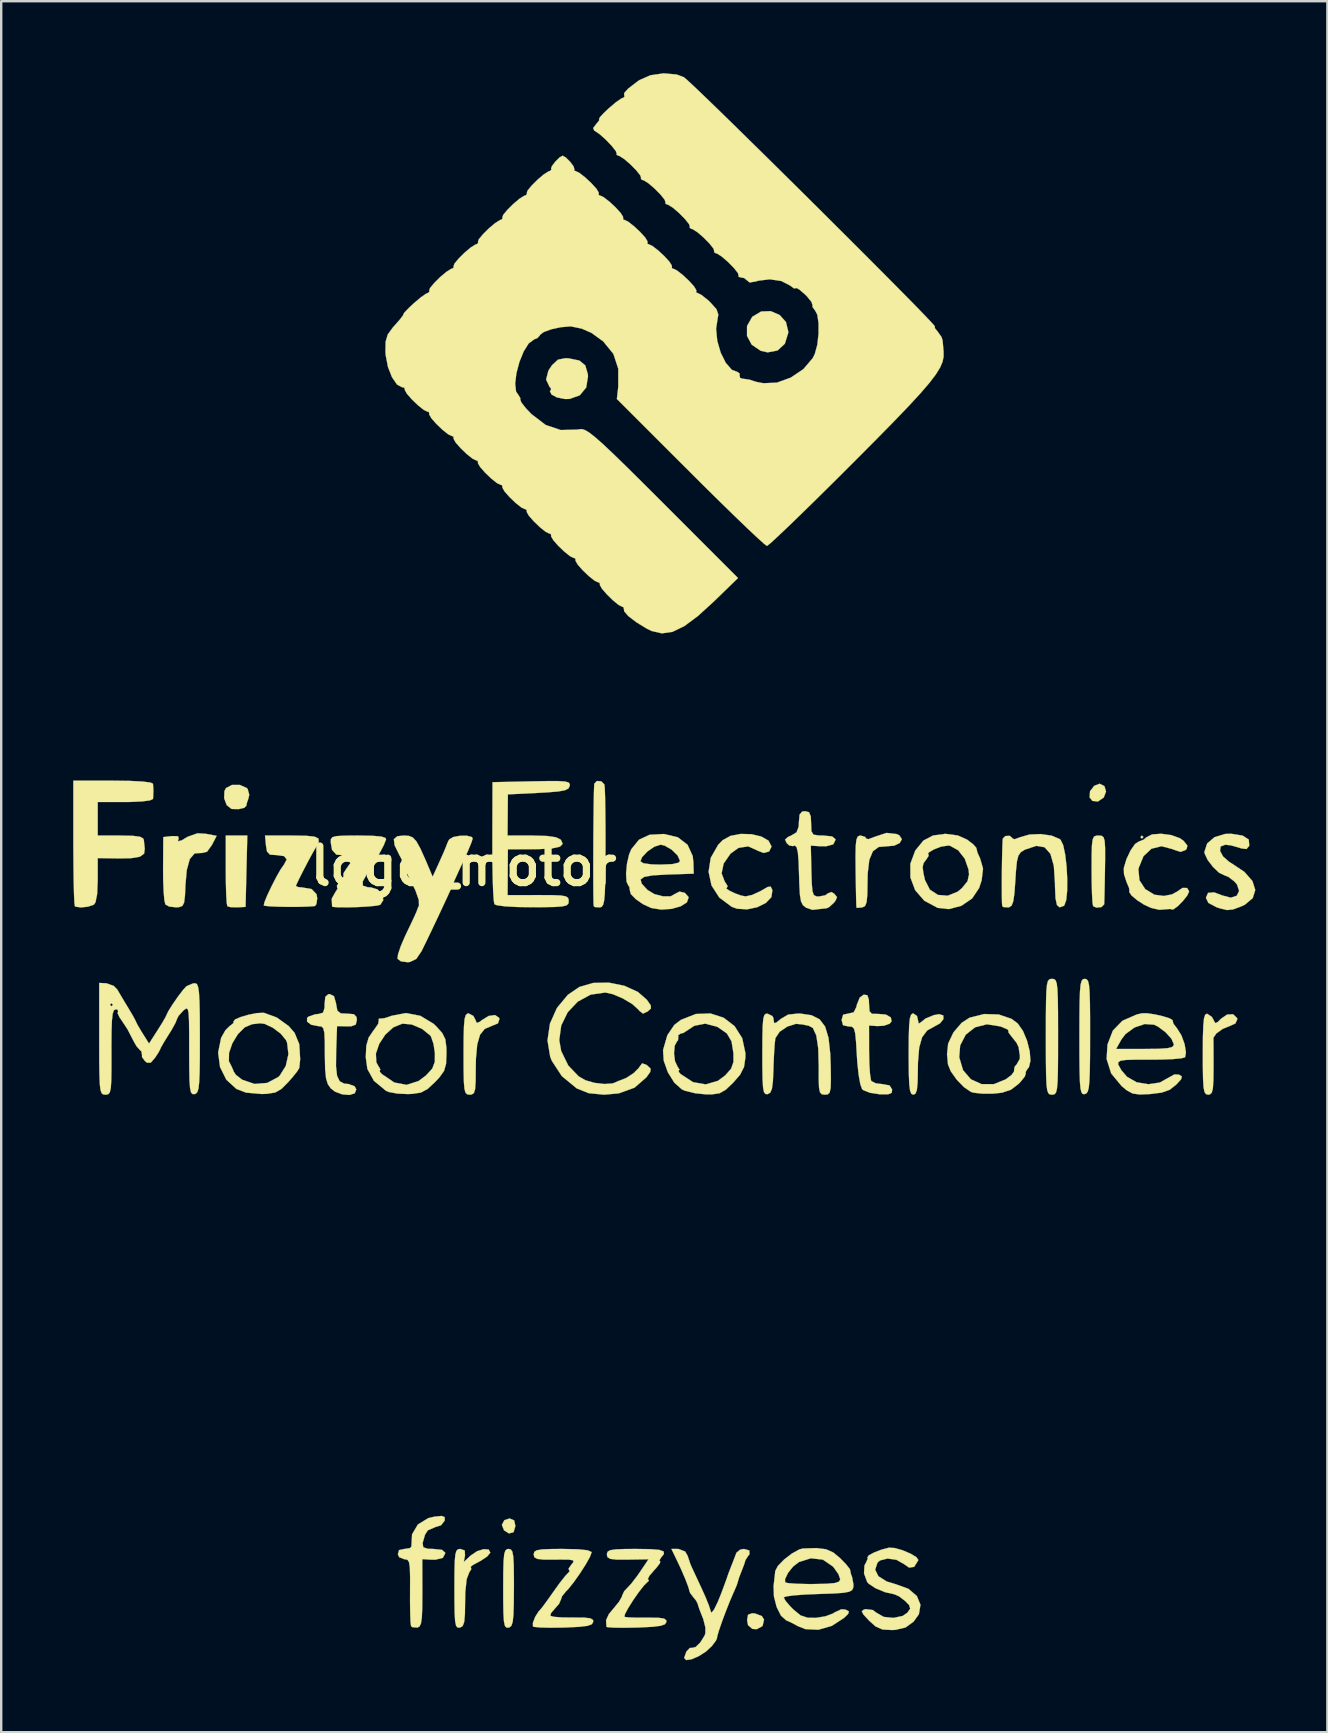
<source format=kicad_pcb>
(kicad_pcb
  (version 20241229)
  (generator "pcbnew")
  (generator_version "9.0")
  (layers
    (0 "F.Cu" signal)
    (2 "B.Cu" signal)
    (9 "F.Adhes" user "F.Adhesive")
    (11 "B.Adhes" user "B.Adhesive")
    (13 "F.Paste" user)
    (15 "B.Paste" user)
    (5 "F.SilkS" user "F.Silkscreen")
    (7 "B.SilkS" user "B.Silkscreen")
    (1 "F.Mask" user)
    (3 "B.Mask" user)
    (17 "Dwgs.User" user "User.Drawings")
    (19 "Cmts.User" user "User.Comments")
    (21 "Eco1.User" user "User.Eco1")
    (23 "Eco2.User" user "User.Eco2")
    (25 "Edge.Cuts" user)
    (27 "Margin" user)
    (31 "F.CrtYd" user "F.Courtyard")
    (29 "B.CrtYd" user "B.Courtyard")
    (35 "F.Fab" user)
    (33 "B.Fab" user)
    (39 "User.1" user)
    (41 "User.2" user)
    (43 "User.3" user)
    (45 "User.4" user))
  (footprint "logo_motor"
    (layer "F.Cu")
    (at 16.261 33.027)
    (property "Reference" "logo_motor" (at 0 0 0) (layer "F.SilkS") (effects (font (size 1.524 1.524) (thickness 0.3))))
    (attr through_hole)
    (fp_poly (pts (xy 28.321 -1.206) (xy 28.258 -1.143) (xy 28.194 -1.206) (xy 28.258 -1.27) (xy 28.321 -1.206)) (stroke (width 0.01) (type solid)) (fill yes) (layer "F.SilkS"))
    (fp_poly (pts (xy 2.109 27.26) (xy 2.159 27.495) (xy 2.082 27.752) (xy 1.89 27.801) (xy 1.686 27.671) (xy 1.595 27.446) (xy 1.7 27.249) (xy 1.919 27.178) (xy 2.109 27.26)) (stroke (width 0.01) (type solid)) (fill yes) (layer "F.SilkS"))
    (fp_poly (pts (xy 26.697 -3.33) (xy 26.764 -3.103) (xy 26.669 -2.856) (xy 26.424 -2.687) (xy 26.192 -2.715) (xy 26.08 -2.859) (xy 26.097 -3.116) (xy 26.272 -3.343) (xy 26.499 -3.429) (xy 26.697 -3.33)) (stroke (width 0.01) (type solid)) (fill yes) (layer "F.SilkS"))
    (fp_poly (pts (xy 12.149 31.138) (xy 12.426 31.245) (xy 12.518 31.395) (xy 12.454 31.66) (xy 12.219 31.79) (xy 12.033 31.781) (xy 11.85 31.623) (xy 11.811 31.415) (xy 11.851 31.187) (xy 12.021 31.128) (xy 12.149 31.138)) (stroke (width 0.01) (type solid)) (fill yes) (layer "F.SilkS"))
    (fp_poly (pts (xy -9.045 0.216) (xy -9.081 1.702) (xy -9.428 1.72) (xy -9.706 1.713) (xy -9.841 1.674) (xy -9.867 1.528) (xy -9.888 1.182) (xy -9.902 0.689) (xy -9.906 0.169) (xy -9.906 -1.27) (xy -9.009 -1.27) (xy -9.045 0.216)) (stroke (width 0.01) (type solid)) (fill yes) (layer "F.SilkS"))
    (fp_poly (pts (xy 13.164 -22.958) (xy 13.429 -22.664) (xy 13.527 -22.262) (xy 13.524 -22.205) (xy 13.383 -21.757) (xy 13.081 -21.477) (xy 12.668 -21.398) (xy 12.378 -21.464) (xy 12.003 -21.718) (xy 11.807 -22.085) (xy 11.808 -22.495) (xy 12.023 -22.875) (xy 12.037 -22.888) (xy 12.4 -23.102) (xy 12.798 -23.115) (xy 13.164 -22.958)) (stroke (width 0.01) (type solid)) (fill yes) (layer "F.SilkS"))
    (fp_poly (pts (xy -9.317 -3.378) (xy -9.035 -3.252) (xy -8.995 -3.212) (xy -8.928 -2.971) (xy -8.959 -2.827) (xy -9.035 -2.601) (xy -9.042 -2.522) (xy -9.131 -2.427) (xy -9.366 -2.371) (xy -9.642 -2.376) (xy -9.672 -2.382) (xy -9.865 -2.535) (xy -9.973 -2.82) (xy -9.963 -3.12) (xy -9.898 -3.248) (xy -9.649 -3.378) (xy -9.317 -3.378)) (stroke (width 0.01) (type solid)) (fill yes) (layer "F.SilkS"))
    (fp_poly (pts (xy 4.387 -21.148) (xy 4.827 -21.057) (xy 5.072 -20.854) (xy 5.176 -20.49) (xy 5.184 -20.398) (xy 5.109 -19.934) (xy 4.839 -19.608) (xy 4.415 -19.458) (xy 4.222 -19.455) (xy 3.889 -19.521) (xy 3.667 -19.642) (xy 3.661 -19.648) (xy 3.595 -19.786) (xy 3.629 -19.812) (xy 3.647 -19.882) (xy 3.581 -19.964) (xy 3.438 -20.266) (xy 3.535 -20.639) (xy 3.685 -20.865) (xy 3.933 -21.095) (xy 4.243 -21.156) (xy 4.387 -21.148)) (stroke (width 0.01) (type solid)) (fill yes) (layer "F.SilkS"))
    (fp_poly (pts (xy 26.578 -1.26) (xy 26.66 -1.201) (xy 26.706 -1.048) (xy 26.725 -0.756) (xy 26.725 -0.281) (xy 26.72 0.095) (xy 26.71 0.668) (xy 26.7 1.149) (xy 26.691 1.482) (xy 26.685 1.598) (xy 26.571 1.711) (xy 26.36 1.732) (xy 26.226 1.672) (xy 26.2 1.527) (xy 26.18 1.182) (xy 26.166 0.689) (xy 26.162 0.169) (xy 26.164 -0.452) (xy 26.176 -0.862) (xy 26.206 -1.106) (xy 26.263 -1.226) (xy 26.356 -1.266) (xy 26.451 -1.27) (xy 26.578 -1.26)) (stroke (width 0.01) (type solid)) (fill yes) (layer "F.SilkS"))
    (fp_poly (pts (xy 1.969 28.47) (xy 2.032 28.561) (xy 2.07 28.763) (xy 2.09 29.116) (xy 2.097 29.659) (xy 2.097 30.066) (xy 2.092 30.739) (xy 2.077 31.199) (xy 2.046 31.487) (xy 1.994 31.645) (xy 1.915 31.714) (xy 1.872 31.726) (xy 1.782 31.723) (xy 1.72 31.646) (xy 1.681 31.458) (xy 1.66 31.118) (xy 1.652 30.59) (xy 1.651 30.108) (xy 1.654 29.429) (xy 1.666 28.964) (xy 1.693 28.673) (xy 1.74 28.517) (xy 1.813 28.456) (xy 1.876 28.448) (xy 1.969 28.47)) (stroke (width 0.01) (type solid)) (fill yes) (layer "F.SilkS"))
    (fp_poly (pts (xy 25.956 4.717) (xy 26.014 4.792) (xy 26.054 4.958) (xy 26.079 5.249) (xy 26.093 5.698) (xy 26.099 6.338) (xy 26.099 7.079) (xy 26.097 7.915) (xy 26.088 8.532) (xy 26.071 8.963) (xy 26.043 9.241) (xy 25.999 9.402) (xy 25.937 9.478) (xy 25.875 9.501) (xy 25.798 9.499) (xy 25.742 9.436) (xy 25.702 9.281) (xy 25.676 9.001) (xy 25.662 8.563) (xy 25.655 7.934) (xy 25.654 7.121) (xy 25.656 6.279) (xy 25.663 5.657) (xy 25.678 5.222) (xy 25.704 4.943) (xy 25.746 4.784) (xy 25.804 4.714) (xy 25.878 4.699) (xy 25.956 4.717)) (stroke (width 0.01) (type solid)) (fill yes) (layer "F.SilkS"))
    (fp_poly (pts (xy -10.732 -1.342) (xy -10.286 -1.258) (xy -10.487 -0.871) (xy -10.687 -0.595) (xy -10.903 -0.541) (xy -10.924 -0.545) (xy -11.204 -0.526) (xy -11.404 -0.294) (xy -11.53 0.164) (xy -11.583 0.759) (xy -11.606 1.241) (xy -11.642 1.523) (xy -11.714 1.662) (xy -11.844 1.711) (xy -11.97 1.721) (xy -12.264 1.688) (xy -12.423 1.6) (xy -12.464 1.421) (xy -12.496 1.048) (xy -12.515 0.542) (xy -12.517 0.127) (xy -12.509 -1.206) (xy -12.147 -1.248) (xy -11.896 -1.243) (xy -11.868 -1.153) (xy -11.901 -1.029) (xy -11.748 -1.068) (xy -11.49 -1.221) (xy -11.086 -1.364) (xy -10.732 -1.342)) (stroke (width 0.01) (type solid)) (fill yes) (layer "F.SilkS"))
    (fp_poly (pts (xy 5.737 -3.529) (xy 5.867 -3.397) (xy 5.883 -3.226) (xy 5.897 -2.842) (xy 5.906 -2.289) (xy 5.912 -1.607) (xy 5.913 -0.839) (xy 5.913 -0.774) (xy 5.909 0.079) (xy 5.899 0.711) (xy 5.883 1.156) (xy 5.855 1.446) (xy 5.813 1.615) (xy 5.755 1.697) (xy 5.684 1.723) (xy 5.475 1.71) (xy 5.422 1.671) (xy 5.413 1.531) (xy 5.407 1.183) (xy 5.404 0.676) (xy 5.403 0.057) (xy 5.405 -0.626) (xy 5.408 -1.327) (xy 5.414 -1.999) (xy 5.421 -2.593) (xy 5.43 -3.063) (xy 5.44 -3.361) (xy 5.445 -3.429) (xy 5.552 -3.544) (xy 5.737 -3.529)) (stroke (width 0.01) (type solid)) (fill yes) (layer "F.SilkS"))
    (fp_poly (pts (xy 18.888 6.245) (xy 18.925 6.403) (xy 18.96 6.561) (xy 19.02 6.531) (xy 19.246 6.352) (xy 19.587 6.211) (xy 19.812 6.17) (xy 19.986 6.225) (xy 19.99 6.375) (xy 19.849 6.552) (xy 19.624 6.678) (xy 19.312 6.85) (xy 19.103 7.129) (xy 18.981 7.557) (xy 18.929 8.175) (xy 18.925 8.477) (xy 18.915 9.008) (xy 18.884 9.33) (xy 18.822 9.487) (xy 18.733 9.525) (xy 18.654 9.489) (xy 18.6 9.355) (xy 18.566 9.086) (xy 18.548 8.646) (xy 18.542 7.996) (xy 18.542 7.832) (xy 18.546 7.134) (xy 18.561 6.653) (xy 18.591 6.352) (xy 18.641 6.193) (xy 18.714 6.14) (xy 18.733 6.138) (xy 18.888 6.245)) (stroke (width 0.01) (type solid)) (fill yes) (layer "F.SilkS"))
    (fp_poly (pts (xy 24.599 4.709) (xy 24.664 4.763) (xy 24.71 4.893) (xy 24.739 5.134) (xy 24.755 5.518) (xy 24.763 6.08) (xy 24.765 6.853) (xy 24.765 7.112) (xy 24.764 7.95) (xy 24.758 8.568) (xy 24.745 8.998) (xy 24.719 9.276) (xy 24.679 9.434) (xy 24.62 9.505) (xy 24.538 9.524) (xy 24.511 9.525) (xy 24.423 9.515) (xy 24.358 9.461) (xy 24.312 9.331) (xy 24.283 9.09) (xy 24.267 8.706) (xy 24.259 8.144) (xy 24.257 7.371) (xy 24.257 7.112) (xy 24.258 6.274) (xy 24.264 5.656) (xy 24.277 5.226) (xy 24.303 4.948) (xy 24.343 4.79) (xy 24.402 4.719) (xy 24.484 4.699) (xy 24.511 4.699) (xy 24.599 4.709)) (stroke (width 0.01) (type solid)) (fill yes) (layer "F.SilkS"))
    (fp_poly (pts (xy 0.409 6.244) (xy 0.478 6.376) (xy 0.55 6.537) (xy 0.681 6.486) (xy 0.746 6.43) (xy 1.045 6.245) (xy 1.314 6.208) (xy 1.48 6.324) (xy 1.495 6.37) (xy 1.433 6.554) (xy 1.168 6.662) (xy 0.882 6.784) (xy 0.686 7.028) (xy 0.569 7.429) (xy 0.515 8.023) (xy 0.508 8.451) (xy 0.503 8.975) (xy 0.481 9.294) (xy 0.43 9.458) (xy 0.337 9.518) (xy 0.254 9.525) (xy 0.151 9.511) (xy 0.081 9.443) (xy 0.037 9.282) (xy 0.012 8.986) (xy 0.002 8.516) (xy 0 7.832) (xy 0 7.832) (xy 0.003 7.141) (xy 0.017 6.665) (xy 0.044 6.367) (xy 0.092 6.206) (xy 0.163 6.144) (xy 0.208 6.138) (xy 0.409 6.244)) (stroke (width 0.01) (type solid)) (fill yes) (layer "F.SilkS"))
    (fp_poly (pts (xy 18.049 -1.331) (xy 18.153 -1.278) (xy 18.259 -1.12) (xy 18.17 -0.961) (xy 17.938 -0.848) (xy 17.656 -0.825) (xy 17.297 -0.795) (xy 17.051 -0.616) (xy 16.902 -0.258) (xy 16.835 0.305) (xy 16.828 0.668) (xy 16.82 1.184) (xy 16.791 1.498) (xy 16.729 1.659) (xy 16.624 1.72) (xy 16.605 1.723) (xy 16.409 1.741) (xy 16.368 1.735) (xy 16.36 1.608) (xy 16.351 1.277) (xy 16.342 0.794) (xy 16.333 0.222) (xy 16.328 -0.416) (xy 16.337 -0.842) (xy 16.365 -1.098) (xy 16.418 -1.226) (xy 16.502 -1.268) (xy 16.539 -1.27) (xy 16.729 -1.214) (xy 16.764 -1.151) (xy 16.859 -1.118) (xy 17.091 -1.202) (xy 17.113 -1.213) (xy 17.617 -1.38) (xy 18.049 -1.331)) (stroke (width 0.01) (type solid)) (fill yes) (layer "F.SilkS"))
    (fp_poly (pts (xy 30.978 6.154) (xy 31.172 6.284) (xy 31.238 6.401) (xy 31.311 6.542) (xy 31.418 6.498) (xy 31.541 6.371) (xy 31.806 6.187) (xy 32.059 6.175) (xy 32.22 6.331) (xy 32.233 6.378) (xy 32.153 6.559) (xy 31.932 6.658) (xy 31.62 6.786) (xy 31.36 6.973) (xy 31.238 7.151) (xy 31.237 7.171) (xy 31.239 7.32) (xy 31.241 7.662) (xy 31.242 8.136) (xy 31.242 8.382) (xy 31.237 8.929) (xy 31.214 9.269) (xy 31.165 9.45) (xy 31.081 9.518) (xy 31.019 9.525) (xy 30.928 9.503) (xy 30.866 9.413) (xy 30.826 9.213) (xy 30.805 8.866) (xy 30.796 8.331) (xy 30.795 7.826) (xy 30.799 7.126) (xy 30.815 6.645) (xy 30.845 6.346) (xy 30.894 6.194) (xy 30.966 6.153) (xy 30.978 6.154)) (stroke (width 0.01) (type solid)) (fill yes) (layer "F.SilkS"))
    (fp_poly (pts (xy 0.049 28.512) (xy 0.06 28.721) (xy 0.007 28.993) (xy 0.298 28.721) (xy 0.562 28.543) (xy 0.837 28.457) (xy 1.046 28.472) (xy 1.113 28.599) (xy 1.111 28.606) (xy 0.986 28.76) (xy 0.714 28.942) (xy 0.635 28.983) (xy 0.383 29.12) (xy 0.288 29.199) (xy 0.301 29.206) (xy 0.322 29.288) (xy 0.238 29.42) (xy 0.129 29.707) (xy 0.072 30.242) (xy 0.064 30.657) (xy 0.056 31.175) (xy 0.026 31.492) (xy -0.036 31.657) (xy -0.142 31.722) (xy -0.159 31.726) (xy -0.25 31.723) (xy -0.312 31.648) (xy -0.351 31.461) (xy -0.372 31.124) (xy -0.38 30.599) (xy -0.381 30.108) (xy -0.379 29.432) (xy -0.368 28.969) (xy -0.342 28.679) (xy -0.296 28.523) (xy -0.224 28.459) (xy -0.134 28.448) (xy 0.049 28.512)) (stroke (width 0.01) (type solid)) (fill yes) (layer "F.SilkS"))
    (fp_poly (pts (xy -6.557 -1.261) (xy -6.205 -1.224) (xy -6.042 -1.142) (xy -6.035 -0.998) (xy -6.153 -0.774) (xy -6.161 -0.762) (xy -6.294 -0.532) (xy -6.478 -0.193) (xy -6.675 0.185) (xy -6.849 0.53) (xy -6.962 0.769) (xy -6.985 0.833) (xy -6.879 0.879) (xy -6.741 0.889) (xy -6.33 0.959) (xy -6.124 1.173) (xy -6.096 1.347) (xy -6.13 1.586) (xy -6.191 1.666) (xy -6.462 1.688) (xy -6.863 1.7) (xy -7.32 1.701) (xy -7.762 1.693) (xy -8.115 1.676) (xy -8.308 1.651) (xy -8.323 1.643) (xy -8.293 1.501) (xy -8.173 1.209) (xy -7.996 0.837) (xy -7.8 0.455) (xy -7.617 0.133) (xy -7.483 -0.057) (xy -7.483 -0.057) (xy -7.366 -0.273) (xy -7.48 -0.414) (xy -7.779 -0.455) (xy -8.066 -0.475) (xy -8.19 -0.607) (xy -8.231 -0.857) (xy -8.271 -1.27) (xy -7.131 -1.27) (xy -6.557 -1.261)) (stroke (width 0.01) (type solid)) (fill yes) (layer "F.SilkS"))
    (fp_poly (pts (xy -13.906 -3.547) (xy -13.375 -3.52) (xy -13.043 -3.478) (xy -12.938 -3.429) (xy -12.923 -3.192) (xy -12.922 -3.111) (xy -12.932 -2.855) (xy -12.938 -2.794) (xy -13.066 -2.734) (xy -13.4 -2.691) (xy -13.896 -2.669) (xy -14.097 -2.667) (xy -15.24 -2.667) (xy -15.24 -1.27) (xy -14.287 -1.27) (xy -13.781 -1.259) (xy -13.482 -1.222) (xy -13.344 -1.148) (xy -13.319 -1.079) (xy -13.289 -0.798) (xy -13.28 -0.73) (xy -13.306 -0.519) (xy -13.486 -0.388) (xy -13.853 -0.326) (xy -14.346 -0.317) (xy -15.24 -0.331) (xy -15.24 0.589) (xy -15.263 1.162) (xy -15.332 1.51) (xy -15.399 1.608) (xy -15.644 1.693) (xy -15.944 1.725) (xy -16.166 1.691) (xy -16.191 1.674) (xy -16.211 1.533) (xy -16.228 1.177) (xy -16.242 0.645) (xy -16.251 -0.025) (xy -16.256 -0.792) (xy -16.256 -0.974) (xy -16.256 -3.556) (xy -14.605 -3.556) (xy -13.906 -3.547)) (stroke (width 0.01) (type solid)) (fill yes) (layer "F.SilkS"))
    (fp_poly (pts (xy 11.996 -1.326) (xy 12.404 -1.229) (xy 12.704 -1.057) (xy 12.827 -0.819) (xy 12.827 -0.806) (xy 12.729 -0.607) (xy 12.502 -0.544) (xy 12.246 -0.643) (xy 12.239 -0.649) (xy 11.858 -0.82) (xy 11.451 -0.756) (xy 11.121 -0.517) (xy 10.833 -0.101) (xy 10.75 0.306) (xy 10.88 0.65) (xy 10.894 0.667) (xy 11.001 0.837) (xy 10.973 0.893) (xy 10.945 0.936) (xy 11.082 1.03) (xy 11.312 1.139) (xy 11.561 1.229) (xy 11.748 1.265) (xy 12.025 1.203) (xy 12.364 1.047) (xy 12.402 1.025) (xy 12.667 0.873) (xy 12.792 0.855) (xy 12.851 0.97) (xy 12.864 1.018) (xy 12.823 1.296) (xy 12.592 1.537) (xy 12.235 1.715) (xy 11.814 1.804) (xy 11.394 1.779) (xy 11.173 1.7) (xy 10.653 1.312) (xy 10.329 0.809) (xy 10.207 0.24) (xy 10.296 -0.34) (xy 10.603 -0.88) (xy 10.791 -1.076) (xy 11.122 -1.258) (xy 11.546 -1.338) (xy 11.996 -1.326)) (stroke (width 0.01) (type solid)) (fill yes) (layer "F.SilkS"))
    (fp_poly (pts (xy 32.454 -1.268) (xy 32.709 -1.102) (xy 32.73 -0.853) (xy 32.724 -0.835) (xy 32.615 -0.708) (xy 32.394 -0.736) (xy 32.318 -0.763) (xy 31.973 -0.86) (xy 31.733 -0.889) (xy 31.537 -0.815) (xy 31.512 -0.631) (xy 31.64 -0.396) (xy 31.901 -0.168) (xy 31.988 -0.117) (xy 32.53 0.245) (xy 32.863 0.626) (xy 32.98 0.998) (xy 32.875 1.336) (xy 32.542 1.614) (xy 32.404 1.678) (xy 32.059 1.807) (xy 31.808 1.834) (xy 31.517 1.766) (xy 31.369 1.717) (xy 31.026 1.535) (xy 30.924 1.322) (xy 31.013 1.119) (xy 31.265 1.096) (xy 31.607 1.225) (xy 31.959 1.318) (xy 32.207 1.238) (xy 32.308 1.037) (xy 32.219 0.768) (xy 32.103 0.636) (xy 31.86 0.451) (xy 31.686 0.381) (xy 31.476 0.282) (xy 31.222 0.041) (xy 30.995 -0.256) (xy 30.869 -0.527) (xy 30.861 -0.588) (xy 30.976 -0.94) (xy 31.283 -1.203) (xy 31.727 -1.337) (xy 31.974 -1.345) (xy 32.454 -1.268)) (stroke (width 0.01) (type solid)) (fill yes) (layer "F.SilkS"))
    (fp_poly (pts (xy -0.787 27.12) (xy -0.784 27.264) (xy -0.94 27.464) (xy -1.17 27.535) (xy -1.49 27.673) (xy -1.605 27.853) (xy -1.707 28.205) (xy -1.677 28.381) (xy -1.483 28.442) (xy -1.259 28.448) (xy -0.898 28.486) (xy -0.764 28.604) (xy -0.762 28.625) (xy -0.864 28.82) (xy -1.177 28.897) (xy -1.4 28.893) (xy -1.72 28.871) (xy -1.717 30.277) (xy -1.721 30.901) (xy -1.738 31.315) (xy -1.777 31.561) (xy -1.841 31.684) (xy -1.925 31.724) (xy -2.134 31.707) (xy -2.188 31.662) (xy -2.209 31.499) (xy -2.223 31.141) (xy -2.23 30.643) (xy -2.229 30.213) (xy -2.227 29.615) (xy -2.238 29.226) (xy -2.271 29.004) (xy -2.333 28.903) (xy -2.432 28.879) (xy -2.461 28.88) (xy -2.681 28.793) (xy -2.738 28.67) (xy -2.687 28.495) (xy -2.465 28.448) (xy -2.238 28.415) (xy -2.174 28.353) (xy -2.145 27.836) (xy -1.901 27.427) (xy -1.471 27.165) (xy -1.227 27.106) (xy -0.914 27.073) (xy -0.787 27.12)) (stroke (width 0.01) (type solid)) (fill yes) (layer "F.SilkS"))
    (fp_poly (pts (xy -3.787 -1.26) (xy -3.423 -1.228) (xy -3.251 -1.17) (xy -3.228 -1.111) (xy -3.324 -0.868) (xy -3.534 -0.472) (xy -3.827 0.018) (xy -4.021 0.322) (xy -4.2 0.644) (xy -4.195 0.818) (xy -3.993 0.884) (xy -3.86 0.889) (xy -3.581 0.974) (xy -3.394 1.177) (xy -3.343 1.417) (xy -3.469 1.614) (xy -3.472 1.616) (xy -3.642 1.653) (xy -3.975 1.685) (xy -4.396 1.709) (xy -4.83 1.722) (xy -5.202 1.721) (xy -5.435 1.703) (xy -5.477 1.687) (xy -5.492 1.359) (xy -5.354 1.111) (xy -5.248 0.942) (xy -5.271 0.889) (xy -5.274 0.811) (xy -5.144 0.635) (xy -5.006 0.452) (xy -5.006 0.381) (xy -5 0.296) (xy -4.866 0.087) (xy -4.835 0.046) (xy -4.626 -0.253) (xy -4.606 -0.408) (xy -4.784 -0.453) (xy -4.955 -0.444) (xy -5.299 -0.476) (xy -5.479 -0.673) (xy -5.533 -0.984) (xy -5.528 -1.118) (xy -5.464 -1.202) (xy -5.293 -1.247) (xy -4.969 -1.266) (xy -4.442 -1.27) (xy -4.373 -1.27) (xy -3.787 -1.26)) (stroke (width 0.01) (type solid)) (fill yes) (layer "F.SilkS"))
    (fp_poly (pts (xy 20.595 -1.272) (xy 20.977 -1.1) (xy 21.233 -0.903) (xy 21.362 -0.756) (xy 21.366 -0.733) (xy 21.406 -0.565) (xy 21.521 -0.307) (xy 21.64 0.107) (xy 21.581 0.597) (xy 21.476 0.917) (xy 21.185 1.351) (xy 20.738 1.656) (xy 20.216 1.794) (xy 19.748 1.742) (xy 19.194 1.445) (xy 18.812 1.005) (xy 18.614 0.475) (xy 18.613 0.046) (xy 19.123 0.046) (xy 19.158 0.304) (xy 19.222 0.587) (xy 19.424 0.982) (xy 19.761 1.203) (xy 20.169 1.236) (xy 20.586 1.067) (xy 20.759 0.923) (xy 20.993 0.634) (xy 21.057 0.348) (xy 21.035 0.143) (xy 20.879 -0.306) (xy 20.603 -0.658) (xy 20.268 -0.843) (xy 20.196 -0.854) (xy 19.897 -0.81) (xy 19.589 -0.691) (xy 19.383 -0.568) (xy 19.347 -0.509) (xy 19.355 -0.509) (xy 19.377 -0.429) (xy 19.284 -0.286) (xy 19.163 -0.121) (xy 19.123 0.046) (xy 18.613 0.046) (xy 18.612 -0.093) (xy 18.816 -0.645) (xy 19.157 -1.062) (xy 19.556 -1.272) (xy 20.068 -1.342) (xy 20.595 -1.272)) (stroke (width 0.01) (type solid)) (fill yes) (layer "F.SilkS"))
    (fp_poly (pts (xy -5.398 5.422) (xy -5.314 5.714) (xy -5.31 5.747) (xy -5.256 6.031) (xy -5.11 6.138) (xy -4.858 6.149) (xy -4.569 6.172) (xy -4.457 6.291) (xy -4.445 6.413) (xy -4.49 6.604) (xy -4.672 6.674) (xy -4.858 6.678) (xy -5.271 6.668) (xy -5.308 7.735) (xy -5.314 8.342) (xy -5.27 8.739) (xy -5.161 8.966) (xy -4.971 9.065) (xy -4.79 9.081) (xy -4.543 9.171) (xy -4.469 9.303) (xy -4.532 9.467) (xy -4.752 9.536) (xy -5.052 9.512) (xy -5.354 9.4) (xy -5.537 9.258) (xy -5.656 9.083) (xy -5.729 8.841) (xy -5.767 8.473) (xy -5.778 7.918) (xy -5.779 7.829) (xy -5.782 7.282) (xy -5.8 6.941) (xy -5.844 6.757) (xy -5.925 6.682) (xy -6.056 6.668) (xy -6.058 6.668) (xy -6.348 6.612) (xy -6.52 6.481) (xy -6.519 6.328) (xy -6.456 6.271) (xy -6.188 6.178) (xy -6.032 6.161) (xy -5.854 6.108) (xy -5.791 5.905) (xy -5.789 5.747) (xy -5.76 5.449) (xy -5.634 5.339) (xy -5.574 5.334) (xy -5.398 5.422)) (stroke (width 0.01) (type solid)) (fill yes) (layer "F.SilkS"))
    (fp_poly (pts (xy 16.822 5.381) (xy 16.884 5.569) (xy 16.891 5.754) (xy 16.911 6.047) (xy 17.014 6.158) (xy 17.267 6.16) (xy 17.27 6.16) (xy 17.592 6.188) (xy 17.797 6.305) (xy 17.832 6.467) (xy 17.75 6.567) (xy 17.509 6.652) (xy 17.24 6.667) (xy 16.891 6.643) (xy 16.893 7.735) (xy 16.904 8.246) (xy 16.932 8.663) (xy 16.972 8.918) (xy 16.988 8.958) (xy 17.172 9.052) (xy 17.45 9.085) (xy 17.748 9.14) (xy 17.853 9.308) (xy 17.836 9.448) (xy 17.692 9.507) (xy 17.36 9.508) (xy 17.321 9.506) (xy 16.94 9.449) (xy 16.658 9.339) (xy 16.601 9.291) (xy 16.527 9.087) (xy 16.457 8.694) (xy 16.402 8.178) (xy 16.383 7.886) (xy 16.35 7.324) (xy 16.315 6.969) (xy 16.263 6.774) (xy 16.18 6.694) (xy 16.054 6.682) (xy 16.034 6.683) (xy 15.808 6.631) (xy 15.748 6.413) (xy 15.812 6.192) (xy 16.032 6.144) (xy 16.251 6.095) (xy 16.363 5.872) (xy 16.382 5.78) (xy 16.503 5.479) (xy 16.67 5.358) (xy 16.822 5.381)) (stroke (width 0.01) (type solid)) (fill yes) (layer "F.SilkS"))
    (fp_poly (pts (xy 29.481 -1.289) (xy 29.846 -1.157) (xy 29.994 -1.05) (xy 30.153 -0.851) (xy 30.121 -0.712) (xy 30.067 -0.662) (xy 29.866 -0.589) (xy 29.575 -0.685) (xy 29.54 -0.703) (xy 29.074 -0.826) (xy 28.655 -0.721) (xy 28.325 -0.413) (xy 28.127 0.072) (xy 28.113 0.146) (xy 28.155 0.591) (xy 28.395 0.96) (xy 28.779 1.195) (xy 29.173 1.246) (xy 29.508 1.181) (xy 29.732 1.061) (xy 29.74 1.053) (xy 29.947 0.911) (xy 30.142 0.914) (xy 30.226 1.057) (xy 30.149 1.226) (xy 29.966 1.457) (xy 29.75 1.675) (xy 29.572 1.804) (xy 29.517 1.81) (xy 29.432 1.788) (xy 28.979 1.823) (xy 28.639 1.743) (xy 28.351 1.611) (xy 28.057 1.421) (xy 27.827 1.227) (xy 27.728 1.08) (xy 27.738 1.049) (xy 27.723 0.913) (xy 27.621 0.674) (xy 27.512 0.341) (xy 27.503 0.086) (xy 27.616 -0.291) (xy 27.787 -0.652) (xy 27.973 -0.919) (xy 28.121 -1.016) (xy 28.341 -1.105) (xy 28.439 -1.195) (xy 28.681 -1.317) (xy 29.06 -1.345) (xy 29.481 -1.289)) (stroke (width 0.01) (type solid)) (fill yes) (layer "F.SilkS"))
    (fp_poly (pts (xy 24.496 -1.267) (xy 24.83 -1.126) (xy 24.874 -1.088) (xy 24.98 -0.866) (xy 25.063 -0.474) (xy 25.12 0.018) (xy 25.148 0.544) (xy 25.144 1.035) (xy 25.104 1.424) (xy 25.025 1.643) (xy 25.006 1.659) (xy 24.832 1.721) (xy 24.72 1.627) (xy 24.659 1.347) (xy 24.637 0.851) (xy 24.636 0.723) (xy 24.589 -0.008) (xy 24.447 -0.508) (xy 24.204 -0.783) (xy 23.854 -0.84) (xy 23.391 -0.685) (xy 23.368 -0.674) (xy 23.213 -0.576) (xy 23.113 -0.435) (xy 23.052 -0.193) (xy 23.011 0.207) (xy 22.987 0.589) (xy 22.948 1.133) (xy 22.899 1.471) (xy 22.829 1.65) (xy 22.725 1.719) (xy 22.702 1.723) (xy 22.493 1.71) (xy 22.44 1.671) (xy 22.428 1.525) (xy 22.422 1.189) (xy 22.421 0.729) (xy 22.424 0.209) (xy 22.432 -0.306) (xy 22.443 -0.752) (xy 22.456 -1.064) (xy 22.463 -1.143) (xy 22.568 -1.25) (xy 22.748 -1.259) (xy 22.858 -1.169) (xy 22.86 -1.151) (xy 22.955 -1.116) (xy 23.184 -1.199) (xy 23.19 -1.202) (xy 23.572 -1.312) (xy 24.042 -1.332) (xy 24.496 -1.267)) (stroke (width 0.01) (type solid)) (fill yes) (layer "F.SilkS"))
    (fp_poly (pts (xy 3.959 -3.539) (xy 4.238 -3.519) (xy 4.381 -3.477) (xy 4.427 -3.407) (xy 4.422 -3.338) (xy 4.369 -3.231) (xy 4.227 -3.158) (xy 3.95 -3.107) (xy 3.492 -3.069) (xy 3.112 -3.048) (xy 1.846 -2.985) (xy 1.839 -2.127) (xy 1.832 -1.27) (xy 2.869 -1.27) (xy 3.469 -1.253) (xy 3.851 -1.197) (xy 4.047 -1.099) (xy 4.055 -1.091) (xy 4.129 -0.923) (xy 4.016 -0.807) (xy 3.696 -0.736) (xy 3.15 -0.704) (xy 2.86 -0.7) (xy 1.846 -0.699) (xy 1.84 0.257) (xy 1.834 1.213) (xy 3.108 1.21) (xy 3.687 1.212) (xy 4.058 1.227) (xy 4.267 1.265) (xy 4.359 1.335) (xy 4.381 1.445) (xy 4.381 1.459) (xy 4.366 1.567) (xy 4.291 1.638) (xy 4.114 1.682) (xy 3.793 1.705) (xy 3.286 1.714) (xy 2.881 1.716) (xy 2.236 1.707) (xy 1.726 1.679) (xy 1.393 1.634) (xy 1.285 1.59) (xy 1.257 1.428) (xy 1.232 1.053) (xy 1.213 0.507) (xy 1.202 -0.17) (xy 1.199 -0.935) (xy 1.199 -1.016) (xy 1.206 -3.493) (xy 2.836 -3.528) (xy 3.505 -3.54) (xy 3.959 -3.539)) (stroke (width 0.01) (type solid)) (fill yes) (layer "F.SilkS"))
    (fp_poly (pts (xy 14.39 -2.243) (xy 14.464 -2.071) (xy 14.478 -1.778) (xy 14.49 -1.453) (xy 14.576 -1.308) (xy 14.808 -1.271) (xy 14.986 -1.27) (xy 15.351 -1.234) (xy 15.491 -1.12) (xy 15.494 -1.093) (xy 15.401 -0.903) (xy 15.106 -0.824) (xy 14.821 -0.827) (xy 14.466 -0.85) (xy 14.489 0.21) (xy 14.505 0.727) (xy 14.533 1.042) (xy 14.588 1.203) (xy 14.687 1.262) (xy 14.805 1.27) (xy 15.069 1.218) (xy 15.18 1.137) (xy 15.324 1.081) (xy 15.445 1.155) (xy 15.558 1.298) (xy 15.485 1.46) (xy 15.419 1.537) (xy 15.229 1.711) (xy 15.13 1.758) (xy 14.986 1.773) (xy 14.534 1.826) (xy 14.264 1.732) (xy 14.138 1.633) (xy 14.057 1.472) (xy 14.011 1.193) (xy 13.986 0.74) (xy 13.978 0.45) (xy 13.958 -0.172) (xy 13.925 -0.574) (xy 13.872 -0.791) (xy 13.793 -0.855) (xy 13.722 -0.829) (xy 13.567 -0.858) (xy 13.463 -0.952) (xy 13.391 -1.103) (xy 13.518 -1.214) (xy 13.639 -1.265) (xy 13.871 -1.405) (xy 13.961 -1.645) (xy 13.97 -1.838) (xy 13.998 -2.146) (xy 14.107 -2.271) (xy 14.224 -2.286) (xy 14.39 -2.243)) (stroke (width 0.01) (type solid)) (fill yes) (layer "F.SilkS"))
    (fp_poly (pts (xy 6.699 4.988) (xy 7.264 5.246) (xy 7.631 5.567) (xy 7.797 5.801) (xy 7.805 5.935) (xy 7.67 6.058) (xy 7.474 6.147) (xy 7.317 6.026) (xy 7.286 5.983) (xy 7.033 5.753) (xy 6.642 5.519) (xy 6.221 5.339) (xy 5.905 5.269) (xy 5.292 5.357) (xy 4.757 5.648) (xy 4.337 6.092) (xy 4.068 6.643) (xy 3.986 7.252) (xy 4.066 7.704) (xy 4.362 8.31) (xy 4.793 8.76) (xy 5.08 8.925) (xy 5.453 9.032) (xy 5.864 9.08) (xy 6.198 9.058) (xy 6.287 9.027) (xy 6.457 8.951) (xy 6.477 8.946) (xy 6.77 8.832) (xy 7.084 8.627) (xy 7.301 8.411) (xy 7.321 8.375) (xy 7.438 8.219) (xy 7.604 8.274) (xy 7.652 8.309) (xy 7.792 8.438) (xy 7.779 8.574) (xy 7.617 8.801) (xy 7.123 9.232) (xy 6.465 9.47) (xy 5.854 9.525) (xy 5.213 9.462) (xy 4.714 9.262) (xy 4.708 9.258) (xy 4.094 8.752) (xy 3.677 8.115) (xy 3.609 7.946) (xy 3.496 7.264) (xy 3.598 6.565) (xy 3.89 5.911) (xy 4.346 5.363) (xy 4.825 5.037) (xy 5.399 4.869) (xy 6.05 4.857) (xy 6.699 4.988)) (stroke (width 0.01) (type solid)) (fill yes) (layer "F.SilkS"))
    (fp_poly (pts (xy 14.038 6.147) (xy 14.498 6.216) (xy 14.833 6.386) (xy 15.062 6.689) (xy 15.203 7.157) (xy 15.276 7.824) (xy 15.295 8.35) (xy 15.302 8.901) (xy 15.291 9.246) (xy 15.252 9.433) (xy 15.175 9.51) (xy 15.051 9.525) (xy 14.925 9.509) (xy 14.848 9.429) (xy 14.808 9.237) (xy 14.794 8.884) (xy 14.796 8.369) (xy 14.775 7.595) (xy 14.694 7.058) (xy 14.551 6.746) (xy 14.379 6.652) (xy 14.186 6.614) (xy 14.161 6.604) (xy 13.852 6.572) (xy 13.486 6.688) (xy 13.166 6.904) (xy 12.991 7.168) (xy 12.988 7.18) (xy 12.96 7.422) (xy 12.933 7.837) (xy 12.912 8.343) (xy 12.91 8.445) (xy 12.887 8.964) (xy 12.846 9.28) (xy 12.775 9.442) (xy 12.664 9.502) (xy 12.576 9.497) (xy 12.515 9.419) (xy 12.477 9.23) (xy 12.456 8.89) (xy 12.447 8.363) (xy 12.446 7.831) (xy 12.449 7.141) (xy 12.46 6.666) (xy 12.485 6.369) (xy 12.529 6.21) (xy 12.597 6.152) (xy 12.668 6.151) (xy 12.866 6.25) (xy 12.906 6.33) (xy 12.934 6.524) (xy 12.938 6.545) (xy 13.028 6.52) (xy 13.221 6.365) (xy 13.523 6.188) (xy 13.95 6.143) (xy 14.038 6.147)) (stroke (width 0.01) (type solid)) (fill yes) (layer "F.SilkS"))
    (fp_poly (pts (xy 17.967 28.411) (xy 18.292 28.505) (xy 18.617 28.643) (xy 18.862 28.789) (xy 18.946 28.909) (xy 18.944 28.915) (xy 18.771 29.194) (xy 18.562 29.227) (xy 18.345 29.077) (xy 18.031 28.9) (xy 17.663 28.848) (xy 17.349 28.927) (xy 17.242 29.019) (xy 17.146 29.315) (xy 17.281 29.586) (xy 17.626 29.804) (xy 18 29.916) (xy 18.531 30.109) (xy 18.882 30.408) (xy 19.034 30.773) (xy 18.968 31.167) (xy 18.748 31.475) (xy 18.413 31.72) (xy 17.996 31.818) (xy 17.85 31.826) (xy 17.449 31.804) (xy 17.158 31.674) (xy 16.89 31.432) (xy 16.656 31.178) (xy 16.588 31.046) (xy 16.668 30.979) (xy 16.748 30.955) (xy 17.048 30.993) (xy 17.202 31.108) (xy 17.503 31.278) (xy 17.906 31.321) (xy 18.291 31.239) (xy 18.486 31.106) (xy 18.606 30.934) (xy 18.56 30.784) (xy 18.399 30.62) (xy 18.144 30.424) (xy 17.947 30.337) (xy 17.555 30.249) (xy 17.162 30.085) (xy 16.873 29.893) (xy 16.812 29.821) (xy 16.682 29.468) (xy 16.7 29.136) (xy 16.761 29.023) (xy 16.838 28.853) (xy 16.822 28.803) (xy 16.876 28.718) (xy 17.097 28.598) (xy 17.408 28.478) (xy 17.722 28.395) (xy 17.967 28.411)) (stroke (width 0.01) (type solid)) (fill yes) (layer "F.SilkS"))
    (fp_poly (pts (xy 10.834 6.318) (xy 11.29 6.669) (xy 11.607 7.169) (xy 11.741 7.792) (xy 11.74 7.981) (xy 11.683 8.369) (xy 11.521 8.691) (xy 11.228 9.028) (xy 10.919 9.321) (xy 10.662 9.466) (xy 10.348 9.512) (xy 10.102 9.512) (xy 9.644 9.465) (xy 9.23 9.363) (xy 9.099 9.308) (xy 8.78 9.025) (xy 8.509 8.59) (xy 8.337 8.104) (xy 8.318 7.801) (xy 8.767 7.801) (xy 8.808 8.129) (xy 8.915 8.357) (xy 8.915 8.357) (xy 8.998 8.485) (xy 8.97 8.509) (xy 8.963 8.576) (xy 9.045 8.668) (xy 9.559 9.003) (xy 10.086 9.096) (xy 10.595 8.948) (xy 10.902 8.719) (xy 11.146 8.441) (xy 11.243 8.163) (xy 11.242 7.796) (xy 11.162 7.303) (xy 10.967 6.972) (xy 10.604 6.719) (xy 10.549 6.691) (xy 10.065 6.565) (xy 9.609 6.656) (xy 9.395 6.798) (xy 9.161 6.95) (xy 9.031 6.985) (xy 8.932 7.055) (xy 8.948 7.103) (xy 8.932 7.266) (xy 8.892 7.301) (xy 8.794 7.487) (xy 8.767 7.801) (xy 8.318 7.801) (xy 8.31 7.668) (xy 8.312 7.659) (xy 8.49 7.045) (xy 8.781 6.617) (xy 9.054 6.408) (xy 9.673 6.163) (xy 10.281 6.141) (xy 10.834 6.318)) (stroke (width 0.01) (type solid)) (fill yes) (layer "F.SilkS"))
    (fp_poly (pts (xy -8.308 6.117) (xy -7.779 6.311) (xy -7.287 6.664) (xy -7.039 6.948) (xy -6.843 7.423) (xy -6.807 8.049) (xy -6.844 8.413) (xy -6.931 8.555) (xy -7.137 8.812) (xy -7.297 8.995) (xy -7.589 9.287) (xy -7.848 9.434) (xy -8.192 9.489) (xy -8.409 9.497) (xy -9.062 9.439) (xy -9.461 9.287) (xy -9.883 8.901) (xy -10.145 8.372) (xy -10.177 8.129) (xy -9.777 8.129) (xy -9.684 8.308) (xy -9.59 8.515) (xy -9.588 8.541) (xy -9.49 8.693) (xy -9.247 8.884) (xy -9.207 8.908) (xy -8.707 9.077) (xy -8.182 9.035) (xy -7.725 8.793) (xy -7.662 8.735) (xy -7.407 8.33) (xy -7.296 7.834) (xy -7.351 7.362) (xy -7.398 7.249) (xy -7.62 6.98) (xy -7.949 6.734) (xy -8.288 6.575) (xy -8.477 6.551) (xy -8.755 6.583) (xy -8.807 6.588) (xy -9.117 6.719) (xy -9.404 7.008) (xy -9.633 7.386) (xy -9.769 7.782) (xy -9.777 8.129) (xy -10.177 8.129) (xy -10.224 7.772) (xy -10.103 7.171) (xy -10.09 7.139) (xy -9.92 6.839) (xy -9.738 6.659) (xy -9.722 6.652) (xy -9.584 6.54) (xy -9.587 6.48) (xy -9.52 6.391) (xy -9.281 6.288) (xy -8.952 6.192) (xy -8.611 6.126) (xy -8.339 6.113) (xy -8.308 6.117)) (stroke (width 0.01) (type solid)) (fill yes) (layer "F.SilkS"))
    (fp_poly (pts (xy 7.778 28.456) (xy 8.155 28.488) (xy 8.335 28.553) (xy 8.346 28.659) (xy 8.23 28.804) (xy 8.153 28.931) (xy 8.19 28.956) (xy 8.183 29.035) (xy 8.032 29.235) (xy 7.938 29.337) (xy 7.74 29.569) (xy 7.673 29.705) (xy 7.691 29.72) (xy 7.722 29.773) (xy 7.672 29.815) (xy 7.511 29.975) (xy 7.293 30.254) (xy 7.061 30.588) (xy 6.857 30.913) (xy 6.723 31.164) (xy 6.702 31.278) (xy 6.868 31.3) (xy 7.212 31.311) (xy 7.637 31.311) (xy 8.095 31.313) (xy 8.349 31.347) (xy 8.446 31.423) (xy 8.45 31.491) (xy 8.389 31.586) (xy 8.209 31.65) (xy 7.869 31.692) (xy 7.325 31.719) (xy 7.195 31.723) (xy 6.67 31.732) (xy 6.254 31.726) (xy 6.002 31.708) (xy 5.953 31.691) (xy 5.936 31.416) (xy 6.057 31.156) (xy 6.251 30.924) (xy 6.474 30.651) (xy 6.596 30.438) (xy 6.603 30.4) (xy 6.692 30.207) (xy 6.798 30.096) (xy 6.982 29.898) (xy 7.228 29.579) (xy 7.348 29.407) (xy 7.704 28.879) (xy 6.837 28.893) (xy 6.374 28.892) (xy 6.111 28.862) (xy 5.994 28.79) (xy 5.969 28.677) (xy 5.994 28.57) (xy 6.099 28.503) (xy 6.332 28.466) (xy 6.738 28.45) (xy 7.176 28.448) (xy 7.778 28.456)) (stroke (width 0.01) (type solid)) (fill yes) (layer "F.SilkS"))
    (fp_poly (pts (xy 8.351 -1.335) (xy 8.927 -1.197) (xy 9.331 -0.886) (xy 9.545 -0.418) (xy 9.573 -0.171) (xy 9.588 0.318) (xy 8.477 0.354) (xy 7.881 0.388) (xy 7.52 0.453) (xy 7.373 0.563) (xy 7.421 0.734) (xy 7.646 0.981) (xy 7.66 0.994) (xy 7.949 1.169) (xy 8.304 1.262) (xy 8.627 1.261) (xy 8.82 1.154) (xy 8.996 1.063) (xy 9.221 1.119) (xy 9.369 1.288) (xy 9.375 1.313) (xy 9.302 1.515) (xy 9.043 1.678) (xy 8.666 1.784) (xy 8.239 1.815) (xy 7.83 1.75) (xy 7.811 1.744) (xy 7.478 1.591) (xy 7.176 1.381) (xy 6.97 1.17) (xy 6.925 1.011) (xy 6.927 1.006) (xy 6.904 0.859) (xy 6.876 0.836) (xy 6.79 0.655) (xy 6.769 0.316) (xy 6.807 -0.092) (xy 6.831 -0.198) (xy 7.366 -0.198) (xy 7.487 -0.117) (xy 7.827 -0.069) (xy 8.191 -0.059) (xy 8.694 -0.079) (xy 8.961 -0.141) (xy 9.017 -0.215) (xy 8.914 -0.443) (xy 8.669 -0.682) (xy 8.375 -0.852) (xy 8.207 -0.889) (xy 7.947 -0.806) (xy 7.658 -0.606) (xy 7.435 -0.368) (xy 7.366 -0.198) (xy 6.831 -0.198) (xy 6.896 -0.483) (xy 6.986 -0.699) (xy 7.307 -1.096) (xy 7.746 -1.302) (xy 8.346 -1.335) (xy 8.351 -1.335)) (stroke (width 0.01) (type solid)) (fill yes) (layer "F.SilkS"))
    (fp_poly (pts (xy -1.799 6.24) (xy -1.253 6.569) (xy -1.151 6.664) (xy -0.891 6.952) (xy -0.76 7.215) (xy -0.715 7.563) (xy -0.711 7.807) (xy -0.729 8.239) (xy -0.813 8.534) (xy -1.009 8.808) (xy -1.186 8.996) (xy -1.503 9.29) (xy -1.782 9.438) (xy -2.143 9.492) (xy -2.322 9.499) (xy -2.754 9.48) (xy -3.111 9.413) (xy -3.233 9.362) (xy -3.734 8.948) (xy -4.007 8.454) (xy -4.074 7.97) (xy -4.067 7.814) (xy -3.652 7.814) (xy -3.635 8.174) (xy -3.555 8.32) (xy -3.464 8.473) (xy -3.486 8.509) (xy -3.484 8.577) (xy -3.401 8.668) (xy -2.884 9.018) (xy -2.376 9.115) (xy -1.879 8.958) (xy -1.566 8.724) (xy -1.303 8.438) (xy -1.198 8.159) (xy -1.194 7.804) (xy -1.25 7.415) (xy -1.352 7.116) (xy -1.388 7.059) (xy -1.728 6.784) (xy -2.158 6.601) (xy -2.547 6.565) (xy -2.925 6.719) (xy -3.26 7.022) (xy -3.514 7.408) (xy -3.652 7.814) (xy -4.067 7.814) (xy -4.052 7.487) (xy -3.955 7.148) (xy -3.75 6.845) (xy -3.718 6.807) (xy -3.557 6.573) (xy -3.53 6.42) (xy -3.535 6.414) (xy -3.531 6.354) (xy -3.493 6.36) (xy -3.295 6.337) (xy -2.995 6.239) (xy -2.988 6.236) (xy -2.399 6.124) (xy -1.799 6.24)) (stroke (width 0.01) (type solid)) (fill yes) (layer "F.SilkS"))
    (fp_poly (pts (xy 4.767 28.462) (xy 5.164 28.503) (xy 5.328 28.573) (xy 5.334 28.594) (xy 5.264 28.781) (xy 5.085 29.098) (xy 4.844 29.474) (xy 4.586 29.839) (xy 4.36 30.122) (xy 4.262 30.219) (xy 4.097 30.426) (xy 4.064 30.539) (xy 3.977 30.735) (xy 3.813 30.922) (xy 3.645 31.117) (xy 3.615 31.234) (xy 3.759 31.275) (xy 4.087 31.301) (xy 4.529 31.306) (xy 4.549 31.306) (xy 5.02 31.308) (xy 5.286 31.339) (xy 5.394 31.409) (xy 5.402 31.489) (xy 5.342 31.586) (xy 5.164 31.651) (xy 4.826 31.692) (xy 4.284 31.719) (xy 4.173 31.723) (xy 3.644 31.73) (xy 3.216 31.721) (xy 2.948 31.696) (xy 2.89 31.677) (xy 2.888 31.525) (xy 2.984 31.277) (xy 3.129 31.047) (xy 3.187 30.988) (xy 3.293 30.858) (xy 3.497 30.58) (xy 3.747 30.226) (xy 4.014 29.855) (xy 4.24 29.569) (xy 4.37 29.434) (xy 4.43 29.35) (xy 4.394 29.339) (xy 4.377 29.261) (xy 4.486 29.108) (xy 4.579 28.989) (xy 4.559 28.922) (xy 4.384 28.893) (xy 4.014 28.89) (xy 3.807 28.893) (xy 3.338 28.892) (xy 3.07 28.863) (xy 2.949 28.794) (xy 2.921 28.677) (xy 2.946 28.57) (xy 3.051 28.503) (xy 3.284 28.466) (xy 3.69 28.45) (xy 4.128 28.448) (xy 4.767 28.462)) (stroke (width 0.01) (type solid)) (fill yes) (layer "F.SilkS"))
    (fp_poly (pts (xy -2.279 -1.257) (xy -2.114 -1.19) (xy -1.966 -1.029) (xy -1.801 -0.733) (xy -1.588 -0.261) (xy -1.462 0.035) (xy -1.288 0.445) (xy -0.998 -0.191) (xy -0.837 -0.552) (xy -0.729 -0.81) (xy -0.702 -0.889) (xy -0.636 -1.04) (xy -0.594 -1.111) (xy -0.428 -1.209) (xy -0.149 -1.261) (xy 0.141 -1.262) (xy 0.344 -1.209) (xy 0.381 -1.152) (xy 0.33 -0.987) (xy 0.196 -0.659) (xy 0.005 -0.235) (xy -0.026 -0.168) (xy -0.223 0.256) (xy -0.371 0.584) (xy -0.442 0.753) (xy -0.444 0.762) (xy -0.5 0.898) (xy -0.64 1.208) (xy -0.84 1.639) (xy -1.073 2.137) (xy -1.315 2.647) (xy -1.54 3.116) (xy -1.723 3.489) (xy -1.753 3.55) (xy -1.969 3.868) (xy -2.233 3.996) (xy -2.332 4.007) (xy -2.612 3.969) (xy -2.752 3.863) (xy -2.73 3.676) (xy -2.615 3.333) (xy -2.429 2.903) (xy -2.396 2.834) (xy -2.194 2.411) (xy -2.04 2.084) (xy -1.965 1.914) (xy -1.962 1.905) (xy -1.903 1.747) (xy -1.857 1.642) (xy -1.866 1.411) (xy -2 1.028) (xy -2.147 0.721) (xy -2.333 0.353) (xy -2.45 0.093) (xy -2.472 0) (xy -2.493 -0.097) (xy -2.611 -0.341) (xy -2.669 -0.448) (xy -2.872 -0.864) (xy -2.904 -1.117) (xy -2.76 -1.242) (xy -2.491 -1.27) (xy -2.279 -1.257)) (stroke (width 0.01) (type solid)) (fill yes) (layer "F.SilkS"))
    (fp_poly (pts (xy 22.293 6.184) (xy 22.824 6.364) (xy 23.083 6.555) (xy 23.303 6.868) (xy 23.475 7.281) (xy 23.585 7.722) (xy 23.615 8.115) (xy 23.55 8.387) (xy 23.493 8.447) (xy 23.412 8.587) (xy 23.425 8.625) (xy 23.381 8.766) (xy 23.196 8.997) (xy 23.112 9.082) (xy 22.798 9.321) (xy 22.429 9.442) (xy 22.069 9.481) (xy 21.632 9.484) (xy 21.266 9.445) (xy 21.135 9.409) (xy 20.842 9.208) (xy 20.537 8.891) (xy 20.292 8.545) (xy 20.178 8.256) (xy 20.177 8.245) (xy 20.153 7.963) (xy 20.647 7.963) (xy 20.806 8.501) (xy 21.133 8.883) (xy 21.578 9.085) (xy 22.094 9.084) (xy 22.581 8.888) (xy 22.831 8.7) (xy 22.936 8.549) (xy 22.931 8.521) (xy 22.956 8.36) (xy 23.04 8.264) (xy 23.172 8.029) (xy 23.175 7.9) (xy 23.133 7.634) (xy 23.124 7.549) (xy 23.037 7.366) (xy 22.855 7.136) (xy 22.704 6.94) (xy 22.693 6.849) (xy 22.696 6.848) (xy 22.658 6.806) (xy 22.44 6.711) (xy 22.354 6.679) (xy 21.8 6.592) (xy 21.307 6.719) (xy 20.92 7.024) (xy 20.687 7.472) (xy 20.647 7.963) (xy 20.153 7.963) (xy 20.152 7.954) (xy 20.139 7.842) (xy 20.186 7.396) (xy 20.408 6.929) (xy 20.749 6.53) (xy 21.082 6.316) (xy 21.686 6.165) (xy 22.293 6.184)) (stroke (width 0.01) (type solid)) (fill yes) (layer "F.SilkS"))
    (fp_poly (pts (xy 28.485 6.134) (xy 28.807 6.183) (xy 29.144 6.26) (xy 29.416 6.346) (xy 29.543 6.423) (xy 29.539 6.445) (xy 29.571 6.568) (xy 29.724 6.767) (xy 29.904 7.052) (xy 30.037 7.42) (xy 30.093 7.766) (xy 30.057 7.965) (xy 29.911 8.008) (xy 29.565 8.042) (xy 29.075 8.061) (xy 28.603 8.065) (xy 27.994 8.065) (xy 27.597 8.077) (xy 27.371 8.11) (xy 27.276 8.168) (xy 27.269 8.259) (xy 27.273 8.272) (xy 27.401 8.505) (xy 27.634 8.774) (xy 27.645 8.784) (xy 28.04 9.009) (xy 28.528 9.089) (xy 29.004 9.019) (xy 29.319 8.843) (xy 29.611 8.681) (xy 29.801 8.689) (xy 29.923 8.765) (xy 29.889 8.885) (xy 29.684 9.109) (xy 29.416 9.32) (xy 29.084 9.438) (xy 28.601 9.499) (xy 28.161 9.517) (xy 27.872 9.476) (xy 27.63 9.345) (xy 27.412 9.165) (xy 26.979 8.641) (xy 26.788 8.04) (xy 26.813 7.62) (xy 27.183 7.62) (xy 28.387 7.62) (xy 28.964 7.613) (xy 29.329 7.587) (xy 29.524 7.536) (xy 29.59 7.453) (xy 29.591 7.434) (xy 29.492 7.201) (xy 29.247 6.927) (xy 28.934 6.692) (xy 28.766 6.609) (xy 28.379 6.581) (xy 27.95 6.725) (xy 27.574 6.999) (xy 27.408 7.218) (xy 27.183 7.62) (xy 26.813 7.62) (xy 26.824 7.436) (xy 27.048 6.855) (xy 27.447 6.444) (xy 28.041 6.185) (xy 28.258 6.134) (xy 28.485 6.134)) (stroke (width 0.01) (type solid)) (fill yes) (layer "F.SilkS"))
    (fp_poly (pts (xy 9.231 28.556) (xy 9.334 28.734) (xy 9.416 28.981) (xy 9.45 29.083) (xy 9.511 29.221) (xy 9.652 29.526) (xy 9.845 29.939) (xy 9.88 30.013) (xy 10.077 30.449) (xy 10.221 30.804) (xy 10.286 31.009) (xy 10.287 31.022) (xy 10.326 31.107) (xy 10.431 30.98) (xy 10.585 30.668) (xy 10.738 30.29) (xy 10.874 29.923) (xy 10.968 29.664) (xy 10.992 29.591) (xy 11.045 29.44) (xy 11.152 29.162) (xy 11.159 29.146) (xy 11.283 28.829) (xy 11.366 28.607) (xy 11.523 28.476) (xy 11.68 28.448) (xy 11.905 28.511) (xy 11.91 28.671) (xy 11.843 28.755) (xy 11.741 28.917) (xy 11.737 28.935) (xy 11.685 29.102) (xy 11.578 29.377) (xy 11.473 29.65) (xy 11.43 29.802) (xy 11.382 29.952) (xy 11.264 30.23) (xy 11.245 30.27) (xy 11.091 30.628) (xy 10.922 31.055) (xy 10.761 31.488) (xy 10.634 31.858) (xy 10.563 32.102) (xy 10.559 32.16) (xy 10.512 32.269) (xy 10.35 32.485) (xy 10.345 32.492) (xy 10.093 32.726) (xy 9.788 32.919) (xy 9.495 33.045) (xy 9.274 33.078) (xy 9.191 32.991) (xy 9.192 32.975) (xy 9.284 32.721) (xy 9.427 32.571) (xy 9.517 32.57) (xy 9.667 32.534) (xy 9.862 32.343) (xy 10.033 32.07) (xy 10.072 31.975) (xy 10.075 31.723) (xy 9.986 31.371) (xy 9.949 31.277) (xy 9.825 30.962) (xy 9.759 30.76) (xy 9.755 30.734) (xy 9.686 30.6) (xy 9.588 30.48) (xy 9.447 30.296) (xy 9.416 30.226) (xy 9.365 30.036) (xy 9.233 29.691) (xy 9.048 29.263) (xy 8.905 28.958) (xy 8.659 28.448) (xy 8.95 28.448) (xy 9.231 28.556)) (stroke (width 0.01) (type solid)) (fill yes) (layer "F.SilkS"))
    (fp_poly (pts (xy 15.099 28.461) (xy 15.405 28.598) (xy 15.691 28.836) (xy 15.94 29.094) (xy 16.086 29.28) (xy 16.103 29.324) (xy 16.136 29.492) (xy 16.183 29.615) (xy 16.243 29.929) (xy 16.233 30.06) (xy 16.187 30.161) (xy 16.066 30.23) (xy 15.826 30.275) (xy 15.422 30.304) (xy 14.811 30.324) (xy 14.762 30.325) (xy 14.194 30.349) (xy 13.734 30.385) (xy 13.431 30.428) (xy 13.335 30.469) (xy 13.418 30.617) (xy 13.628 30.86) (xy 13.73 30.963) (xy 14.039 31.217) (xy 14.343 31.316) (xy 14.68 31.318) (xy 15.078 31.254) (xy 15.397 31.133) (xy 15.46 31.089) (xy 15.742 30.96) (xy 15.913 30.975) (xy 16.053 31.05) (xy 16.02 31.157) (xy 15.849 31.322) (xy 15.34 31.653) (xy 14.778 31.814) (xy 14.238 31.788) (xy 13.944 31.672) (xy 13.637 31.509) (xy 13.439 31.422) (xy 13.223 31.228) (xy 13.042 30.867) (xy 12.929 30.426) (xy 12.914 29.992) (xy 12.916 29.978) (xy 12.948 29.704) (xy 13.392 29.704) (xy 13.396 29.842) (xy 13.535 29.874) (xy 13.868 29.898) (xy 14.334 29.91) (xy 14.563 29.91) (xy 15.118 29.899) (xy 15.463 29.869) (xy 15.64 29.81) (xy 15.693 29.717) (xy 15.693 29.716) (xy 15.619 29.503) (xy 15.424 29.225) (xy 15.384 29.178) (xy 14.968 28.894) (xy 14.47 28.837) (xy 13.973 28.992) (xy 13.728 29.181) (xy 13.515 29.447) (xy 13.392 29.704) (xy 12.948 29.704) (xy 12.957 29.628) (xy 12.983 29.378) (xy 12.984 29.363) (xy 13.096 29.152) (xy 13.354 28.888) (xy 13.678 28.639) (xy 13.988 28.468) (xy 14.133 28.43) (xy 14.701 28.412) (xy 15.099 28.461)) (stroke (width 0.01) (type solid)) (fill yes) (layer "F.SilkS"))
    (fp_poly (pts (xy -14.87 4.885) (xy -14.575 4.992) (xy -14.425 5.145) (xy -14.275 5.401) (xy -14.061 5.758) (xy -13.974 5.901) (xy -13.787 6.215) (xy -13.67 6.431) (xy -13.651 6.477) (xy -13.583 6.615) (xy -13.426 6.881) (xy -13.372 6.968) (xy -13.103 7.396) (xy -12.747 6.841) (xy -12.544 6.516) (xy -12.411 6.286) (xy -12.383 6.223) (xy -12.302 6.051) (xy -12.121 5.762) (xy -11.895 5.436) (xy -11.681 5.156) (xy -11.543 5.007) (xy -11.281 4.893) (xy -11.176 4.882) (xy -11.107 4.917) (xy -11.057 5.039) (xy -11.022 5.279) (xy -11 5.67) (xy -10.989 6.245) (xy -10.986 7.037) (xy -10.986 7.174) (xy -10.987 7.991) (xy -10.995 8.589) (xy -11.013 9.003) (xy -11.043 9.267) (xy -11.089 9.415) (xy -11.155 9.484) (xy -11.208 9.501) (xy -11.294 9.498) (xy -11.355 9.428) (xy -11.394 9.252) (xy -11.417 8.936) (xy -11.427 8.441) (xy -11.43 7.731) (xy -11.43 7.673) (xy -11.431 6.951) (xy -11.437 6.449) (xy -11.454 6.134) (xy -11.486 5.972) (xy -11.54 5.931) (xy -11.619 5.976) (xy -11.684 6.032) (xy -11.873 6.24) (xy -11.938 6.372) (xy -12.002 6.535) (xy -12.164 6.828) (xy -12.283 7.019) (xy -12.482 7.339) (xy -12.609 7.563) (xy -12.633 7.62) (xy -12.703 7.759) (xy -12.854 7.989) (xy -13.031 8.191) (xy -13.181 8.193) (xy -13.264 8.134) (xy -13.396 7.957) (xy -13.395 7.868) (xy -13.421 7.719) (xy -13.468 7.68) (xy -13.626 7.504) (xy -13.729 7.322) (xy -14.001 6.798) (xy -14.285 6.368) (xy -14.323 6.32) (xy -14.413 6.13) (xy -14.392 6.053) (xy -14.414 5.98) (xy -14.492 5.969) (xy -14.566 6.009) (xy -14.617 6.152) (xy -14.649 6.435) (xy -14.665 6.892) (xy -14.669 7.559) (xy -14.668 7.747) (xy -14.668 8.45) (xy -14.675 8.939) (xy -14.696 9.251) (xy -14.736 9.427) (xy -14.801 9.505) (xy -14.896 9.525) (xy -14.92 9.525) (xy -15.011 9.515) (xy -15.078 9.463) (xy -15.124 9.334) (xy -15.153 9.093) (xy -15.169 8.708) (xy -15.177 8.144) (xy -15.178 7.365) (xy -15.178 7.197) (xy -15.178 5.779) (xy -14.732 5.779) (xy -14.668 5.842) (xy -14.605 5.779) (xy -14.668 5.715) (xy -14.732 5.779) (xy -15.178 5.779) (xy -15.178 4.869) (xy -14.87 4.885)) (stroke (width 0.01) (type solid)) (fill yes) (layer "F.SilkS"))
    (fp_poly (pts (xy 8.877 -32.973) (xy 9.176 -32.861) (xy 9.311 -32.748) (xy 9.601 -32.479) (xy 10.026 -32.073) (xy 10.567 -31.55) (xy 11.205 -30.928) (xy 11.92 -30.226) (xy 12.695 -29.464) (xy 13.508 -28.66) (xy 14.343 -27.834) (xy 15.178 -27.003) (xy 15.996 -26.188) (xy 16.777 -25.408) (xy 17.502 -24.68) (xy 18.151 -24.025) (xy 18.707 -23.461) (xy 19.149 -23.007) (xy 19.458 -22.682) (xy 19.616 -22.506) (xy 19.631 -22.479) (xy 19.634 -22.406) (xy 19.739 -22.279) (xy 19.909 -22.04) (xy 19.955 -21.898) (xy 19.979 -21.626) (xy 19.996 -21.431) (xy 19.997 -21.223) (xy 19.954 -21.007) (xy 19.85 -20.763) (xy 19.671 -20.475) (xy 19.401 -20.121) (xy 19.024 -19.684) (xy 18.526 -19.144) (xy 17.891 -18.483) (xy 17.103 -17.682) (xy 16.221 -16.796) (xy 15.448 -16.025) (xy 14.73 -15.315) (xy 14.085 -14.683) (xy 13.534 -14.15) (xy 13.097 -13.736) (xy 12.795 -13.458) (xy 12.647 -13.338) (xy 12.638 -13.335) (xy 12.522 -13.422) (xy 12.248 -13.668) (xy 11.838 -14.053) (xy 11.314 -14.557) (xy 10.698 -15.158) (xy 10.011 -15.836) (xy 9.449 -16.396) (xy 6.386 -19.456) (xy 6.444 -19.959) (xy 6.445 -20.714) (xy 6.242 -21.334) (xy 5.819 -21.854) (xy 5.334 -22.207) (xy 4.921 -22.388) (xy 4.489 -22.477) (xy 4.432 -22.479) (xy 4.042 -22.445) (xy 3.651 -22.359) (xy 3.337 -22.244) (xy 3.181 -22.124) (xy 3.175 -22.1) (xy 3.07 -21.99) (xy 2.941 -21.939) (xy 2.715 -21.773) (xy 2.504 -21.438) (xy 2.327 -21.002) (xy 2.202 -20.532) (xy 2.149 -20.097) (xy 2.187 -19.764) (xy 2.288 -19.62) (xy 2.37 -19.481) (xy 2.357 -19.443) (xy 2.408 -19.31) (xy 2.601 -19.064) (xy 2.831 -18.824) (xy 3.423 -18.373) (xy 4.048 -18.163) (xy 4.748 -18.181) (xy 4.839 -18.198) (xy 4.943 -18.2) (xy 5.074 -18.155) (xy 5.249 -18.047) (xy 5.488 -17.859) (xy 5.81 -17.574) (xy 6.234 -17.174) (xy 6.779 -16.644) (xy 7.464 -15.966) (xy 8.301 -15.131) (xy 11.432 -11.998) (xy 10.447 -11.04) (xy 9.766 -10.418) (xy 9.195 -9.994) (xy 8.704 -9.757) (xy 8.261 -9.693) (xy 7.836 -9.791) (xy 7.631 -9.89) (xy 7.189 -10.162) (xy 6.862 -10.414) (xy 6.69 -10.612) (xy 6.683 -10.692) (xy 6.655 -10.791) (xy 6.622 -10.795) (xy 6.462 -10.874) (xy 6.224 -11.068) (xy 5.972 -11.314) (xy 5.768 -11.549) (xy 5.676 -11.709) (xy 5.682 -11.736) (xy 5.663 -11.806) (xy 5.62 -11.811) (xy 5.455 -11.889) (xy 5.213 -12.082) (xy 4.958 -12.327) (xy 4.752 -12.562) (xy 4.66 -12.724) (xy 4.666 -12.752) (xy 4.647 -12.822) (xy 4.604 -12.827) (xy 4.439 -12.905) (xy 4.197 -13.098) (xy 3.942 -13.343) (xy 3.736 -13.578) (xy 3.644 -13.74) (xy 3.65 -13.768) (xy 3.631 -13.838) (xy 3.588 -13.843) (xy 3.423 -13.921) (xy 3.181 -14.114) (xy 2.926 -14.359) (xy 2.72 -14.594) (xy 2.628 -14.756) (xy 2.634 -14.784) (xy 2.615 -14.854) (xy 2.572 -14.859) (xy 2.407 -14.937) (xy 2.165 -15.13) (xy 1.91 -15.375) (xy 1.704 -15.61) (xy 1.612 -15.772) (xy 1.618 -15.8) (xy 1.599 -15.87) (xy 1.556 -15.875) (xy 1.391 -15.953) (xy 1.149 -16.146) (xy 0.894 -16.391) (xy 0.688 -16.626) (xy 0.596 -16.788) (xy 0.602 -16.816) (xy 0.583 -16.886) (xy 0.54 -16.891) (xy 0.375 -16.969) (xy 0.133 -17.162) (xy -0.122 -17.407) (xy -0.328 -17.642) (xy -0.42 -17.804) (xy -0.414 -17.832) (xy -0.433 -17.902) (xy -0.476 -17.907) (xy -0.641 -17.985) (xy -0.883 -18.178) (xy -1.138 -18.423) (xy -1.344 -18.658) (xy -1.436 -18.82) (xy -1.43 -18.848) (xy -1.449 -18.918) (xy -1.492 -18.923) (xy -1.657 -19.001) (xy -1.899 -19.194) (xy -2.154 -19.439) (xy -2.36 -19.674) (xy -2.452 -19.836) (xy -2.446 -19.864) (xy -2.475 -19.931) (xy -2.551 -19.94) (xy -2.772 -20.057) (xy -2.981 -20.362) (xy -3.149 -20.79) (xy -3.244 -21.278) (xy -3.254 -21.42) (xy -3.247 -21.845) (xy -3.159 -22.142) (xy -2.948 -22.433) (xy -2.859 -22.532) (xy -2.632 -22.793) (xy -2.511 -22.958) (xy -2.507 -22.987) (xy -2.46 -23.063) (xy -2.27 -23.259) (xy -2.087 -23.431) (xy -1.788 -23.685) (xy -1.556 -23.846) (xy -1.478 -23.876) (xy -1.417 -23.933) (xy -1.436 -23.957) (xy -1.398 -24.076) (xy -1.222 -24.289) (xy -0.974 -24.535) (xy -0.716 -24.752) (xy -0.512 -24.88) (xy -0.462 -24.892) (xy -0.401 -24.949) (xy -0.42 -24.973) (xy -0.382 -25.092) (xy -0.206 -25.305) (xy 0.042 -25.551) (xy 0.3 -25.768) (xy 0.504 -25.896) (xy 0.554 -25.908) (xy 0.615 -25.965) (xy 0.596 -25.989) (xy 0.634 -26.108) (xy 0.81 -26.321) (xy 1.058 -26.567) (xy 1.316 -26.784) (xy 1.52 -26.912) (xy 1.57 -26.924) (xy 1.631 -26.981) (xy 1.612 -27.005) (xy 1.65 -27.124) (xy 1.826 -27.337) (xy 2.074 -27.583) (xy 2.332 -27.8) (xy 2.536 -27.928) (xy 2.586 -27.94) (xy 2.647 -27.997) (xy 2.628 -28.021) (xy 2.666 -28.14) (xy 2.842 -28.353) (xy 3.09 -28.599) (xy 3.348 -28.816) (xy 3.552 -28.944) (xy 3.602 -28.956) (xy 3.662 -29.014) (xy 3.643 -29.038) (xy 3.677 -29.155) (xy 3.824 -29.346) (xy 4.003 -29.522) (xy 4.128 -29.591) (xy 4.266 -29.511) (xy 4.445 -29.331) (xy 4.586 -29.142) (xy 4.612 -29.038) (xy 4.62 -28.96) (xy 4.653 -28.956) (xy 4.819 -28.879) (xy 5.064 -28.689) (xy 5.323 -28.447) (xy 5.534 -28.214) (xy 5.633 -28.052) (xy 5.627 -28.021) (xy 5.636 -27.944) (xy 5.669 -27.94) (xy 5.835 -27.863) (xy 6.08 -27.673) (xy 6.339 -27.431) (xy 6.55 -27.198) (xy 6.649 -27.036) (xy 6.643 -27.005) (xy 6.652 -26.928) (xy 6.685 -26.924) (xy 6.851 -26.847) (xy 7.096 -26.657) (xy 7.355 -26.415) (xy 7.566 -26.182) (xy 7.665 -26.02) (xy 7.659 -25.989) (xy 7.668 -25.912) (xy 7.701 -25.908) (xy 7.867 -25.831) (xy 8.112 -25.641) (xy 8.371 -25.399) (xy 8.582 -25.166) (xy 8.681 -25.004) (xy 8.675 -24.973) (xy 8.684 -24.896) (xy 8.717 -24.892) (xy 8.883 -24.815) (xy 9.128 -24.625) (xy 9.387 -24.383) (xy 9.598 -24.15) (xy 9.697 -23.988) (xy 9.691 -23.957) (xy 9.702 -23.88) (xy 9.739 -23.876) (xy 9.903 -23.795) (xy 10.162 -23.591) (xy 10.274 -23.488) (xy 10.534 -23.198) (xy 10.613 -22.97) (xy 10.586 -22.821) (xy 10.519 -22.379) (xy 10.568 -21.88) (xy 10.711 -21.386) (xy 10.922 -20.962) (xy 11.178 -20.67) (xy 11.428 -20.574) (xy 11.513 -20.497) (xy 11.493 -20.447) (xy 11.523 -20.33) (xy 11.613 -20.304) (xy 11.92 -20.26) (xy 12.097 -20.198) (xy 12.231 -20.161) (xy 12.49 -20.113) (xy 13.052 -20.137) (xy 13.634 -20.348) (xy 14.158 -20.703) (xy 14.543 -21.156) (xy 14.633 -21.336) (xy 14.736 -21.716) (xy 14.788 -22.172) (xy 14.788 -22.617) (xy 14.735 -22.969) (xy 14.653 -23.127) (xy 14.534 -23.293) (xy 14.538 -23.363) (xy 14.492 -23.5) (xy 14.306 -23.73) (xy 14.219 -23.817) (xy 13.989 -24.015) (xy 13.856 -24.086) (xy 13.843 -24.071) (xy 13.766 -24.062) (xy 13.601 -24.183) (xy 13.237 -24.371) (xy 12.755 -24.442) (xy 12.272 -24.383) (xy 12.195 -24.357) (xy 11.919 -24.308) (xy 11.835 -24.376) (xy 11.687 -24.496) (xy 11.589 -24.511) (xy 11.453 -24.547) (xy 11.463 -24.586) (xy 11.426 -24.707) (xy 11.254 -24.923) (xy 11.009 -25.171) (xy 10.755 -25.39) (xy 10.555 -25.516) (xy 10.509 -25.527) (xy 10.429 -25.576) (xy 10.447 -25.602) (xy 10.41 -25.723) (xy 10.238 -25.939) (xy 9.993 -26.187) (xy 9.739 -26.406) (xy 9.539 -26.532) (xy 9.493 -26.543) (xy 9.413 -26.592) (xy 9.431 -26.618) (xy 9.394 -26.739) (xy 9.222 -26.955) (xy 8.977 -27.203) (xy 8.723 -27.422) (xy 8.523 -27.548) (xy 8.477 -27.559) (xy 8.397 -27.608) (xy 8.415 -27.634) (xy 8.378 -27.755) (xy 8.206 -27.971) (xy 7.961 -28.219) (xy 7.707 -28.438) (xy 7.507 -28.564) (xy 7.461 -28.575) (xy 7.381 -28.624) (xy 7.399 -28.65) (xy 7.362 -28.771) (xy 7.19 -28.987) (xy 6.945 -29.235) (xy 6.691 -29.454) (xy 6.491 -29.58) (xy 6.445 -29.591) (xy 6.365 -29.64) (xy 6.383 -29.666) (xy 6.343 -29.784) (xy 6.17 -30.003) (xy 5.926 -30.258) (xy 5.671 -30.486) (xy 5.468 -30.624) (xy 5.444 -30.634) (xy 5.399 -30.742) (xy 5.517 -30.898) (xy 5.649 -31.061) (xy 5.645 -31.115) (xy 5.678 -31.191) (xy 5.859 -31.386) (xy 6.041 -31.559) (xy 6.34 -31.813) (xy 6.572 -31.974) (xy 6.65 -32.004) (xy 6.712 -32.06) (xy 6.695 -32.083) (xy 6.688 -32.197) (xy 6.854 -32.383) (xy 7.216 -32.663) (xy 7.322 -32.738) (xy 7.781 -32.941) (xy 8.337 -33.022) (xy 8.877 -32.973)) (stroke (width 0.01) (type solid)) (fill yes) (layer "F.SilkS")))
  (gr_rect
    (start -3 -3)
    (end 52.246 69.11)
    (stroke (width 0.1) (type default))
    (fill no)
    (layer "Edge.Cuts")))
</source>
